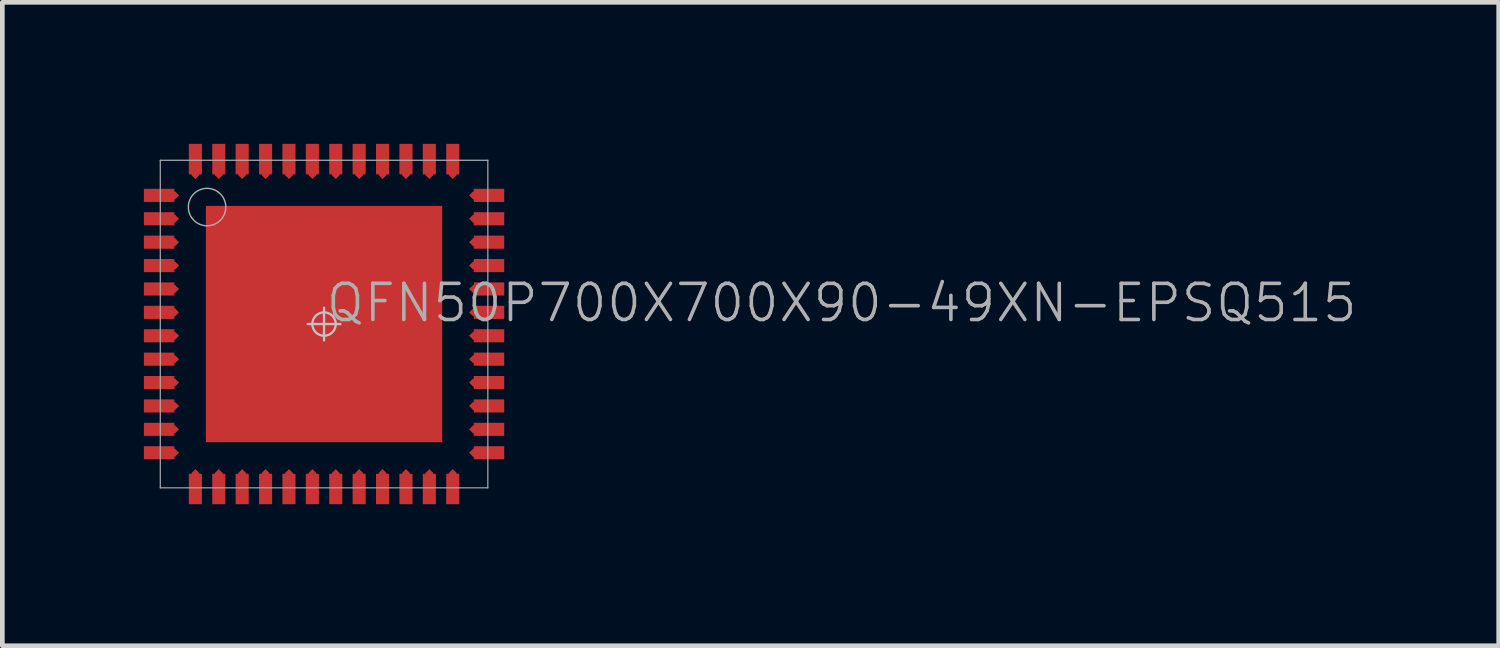
<source format=kicad_pcb>
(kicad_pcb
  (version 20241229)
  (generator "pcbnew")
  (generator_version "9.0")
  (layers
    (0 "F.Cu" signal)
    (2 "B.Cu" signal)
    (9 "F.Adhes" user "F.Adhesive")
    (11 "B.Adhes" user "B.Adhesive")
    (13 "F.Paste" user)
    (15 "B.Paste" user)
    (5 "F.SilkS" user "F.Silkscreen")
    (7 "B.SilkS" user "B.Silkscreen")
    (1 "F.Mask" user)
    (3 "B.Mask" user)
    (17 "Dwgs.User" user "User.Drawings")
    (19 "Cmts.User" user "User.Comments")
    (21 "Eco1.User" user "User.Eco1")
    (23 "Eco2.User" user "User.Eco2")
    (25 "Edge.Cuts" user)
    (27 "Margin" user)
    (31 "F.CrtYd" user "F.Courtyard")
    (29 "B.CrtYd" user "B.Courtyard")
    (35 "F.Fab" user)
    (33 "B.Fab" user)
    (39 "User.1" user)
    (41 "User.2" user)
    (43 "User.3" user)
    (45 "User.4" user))
  (footprint "QFN50P700X700X90-49XN-EPSQ515"
    (layer "F.Cu")
    (at 3.875 3.875)
    (property "Reference" "QFN50P700X700X90-49XN-EPSQ515" (at 0 0 0) (layer "F.Fab") (effects (font (size 0.772 0.772) (thickness 0.077)) (justify left bottom)))
    (attr through_hole)
    (fp_poly (pts (xy -2.525 -2.525) (xy 2.525 -2.525) (xy 2.525 2.525) (xy -2.525 2.525)) (stroke (width 0) (type solid)) (fill yes) (layer "F.Cu"))
    (fp_poly (pts (xy -3.825 -1.835) (xy -3.185 -1.835) (xy -3.1 -1.75) (xy -3.185 -1.665) (xy -3.825 -1.665)) (stroke (width 0) (type solid)) (fill yes) (layer "F.Cu"))
    (fp_poly (pts (xy -3.825 -1.335) (xy -3.185 -1.335) (xy -3.1 -1.25) (xy -3.185 -1.165) (xy -3.825 -1.165)) (stroke (width 0) (type solid)) (fill yes) (layer "F.Cu"))
    (fp_poly (pts (xy -3.825 -0.835) (xy -3.185 -0.835) (xy -3.1 -0.75) (xy -3.185 -0.665) (xy -3.825 -0.665)) (stroke (width 0) (type solid)) (fill yes) (layer "F.Cu"))
    (fp_poly (pts (xy -3.825 -0.335) (xy -3.185 -0.335) (xy -3.1 -0.25) (xy -3.185 -0.165) (xy -3.825 -0.165)) (stroke (width 0) (type solid)) (fill yes) (layer "F.Cu"))
    (fp_poly (pts (xy -3.825 0.165) (xy -3.185 0.165) (xy -3.1 0.25) (xy -3.185 0.335) (xy -3.825 0.335)) (stroke (width 0) (type solid)) (fill yes) (layer "F.Cu"))
    (fp_poly (pts (xy -3.825 0.665) (xy -3.185 0.665) (xy -3.1 0.75) (xy -3.185 0.835) (xy -3.825 0.835)) (stroke (width 0) (type solid)) (fill yes) (layer "F.Cu"))
    (fp_poly (pts (xy -3.825 1.165) (xy -3.185 1.165) (xy -3.1 1.25) (xy -3.185 1.335) (xy -3.825 1.335)) (stroke (width 0) (type solid)) (fill yes) (layer "F.Cu"))
    (fp_poly (pts (xy -3.825 1.665) (xy -3.185 1.665) (xy -3.1 1.75) (xy -3.185 1.835) (xy -3.825 1.835)) (stroke (width 0) (type solid)) (fill yes) (layer "F.Cu"))
    (fp_poly (pts (xy -3.825 2.165) (xy -3.185 2.165) (xy -3.1 2.25) (xy -3.185 2.335) (xy -3.825 2.335)) (stroke (width 0) (type solid)) (fill yes) (layer "F.Cu"))
    (fp_poly (pts (xy -3.825 2.665) (xy -3.185 2.665) (xy -3.1 2.75) (xy -3.185 2.835) (xy -3.825 2.835)) (stroke (width 0) (type solid)) (fill yes) (layer "F.Cu"))
    (fp_poly (pts (xy -2.835 3.825) (xy -2.835 3.185) (xy -2.75 3.1) (xy -2.665 3.185) (xy -2.665 3.825)) (stroke (width 0) (type solid)) (fill yes) (layer "F.Cu"))
    (fp_poly (pts (xy -2.665 -3.825) (xy -2.665 -3.185) (xy -2.75 -3.1) (xy -2.835 -3.185) (xy -2.835 -3.825)) (stroke (width 0) (type solid)) (fill yes) (layer "F.Cu"))
    (fp_poly (pts (xy -2.335 3.825) (xy -2.335 3.185) (xy -2.25 3.1) (xy -2.165 3.185) (xy -2.165 3.825)) (stroke (width 0) (type solid)) (fill yes) (layer "F.Cu"))
    (fp_poly (pts (xy -2.165 -3.825) (xy -2.165 -3.185) (xy -2.25 -3.1) (xy -2.335 -3.185) (xy -2.335 -3.825)) (stroke (width 0) (type solid)) (fill yes) (layer "F.Cu"))
    (fp_poly (pts (xy -1.835 3.825) (xy -1.835 3.185) (xy -1.75 3.1) (xy -1.665 3.185) (xy -1.665 3.825)) (stroke (width 0) (type solid)) (fill yes) (layer "F.Cu"))
    (fp_poly (pts (xy -1.665 -3.825) (xy -1.665 -3.185) (xy -1.75 -3.1) (xy -1.835 -3.185) (xy -1.835 -3.825)) (stroke (width 0) (type solid)) (fill yes) (layer "F.Cu"))
    (fp_poly (pts (xy -1.335 3.825) (xy -1.335 3.185) (xy -1.25 3.1) (xy -1.165 3.185) (xy -1.165 3.825)) (stroke (width 0) (type solid)) (fill yes) (layer "F.Cu"))
    (fp_poly (pts (xy -1.165 -3.825) (xy -1.165 -3.185) (xy -1.25 -3.1) (xy -1.335 -3.185) (xy -1.335 -3.825)) (stroke (width 0) (type solid)) (fill yes) (layer "F.Cu"))
    (fp_poly (pts (xy -0.835 3.825) (xy -0.835 3.185) (xy -0.75 3.1) (xy -0.665 3.185) (xy -0.665 3.825)) (stroke (width 0) (type solid)) (fill yes) (layer "F.Cu"))
    (fp_poly (pts (xy -0.665 -3.825) (xy -0.665 -3.185) (xy -0.75 -3.1) (xy -0.835 -3.185) (xy -0.835 -3.825)) (stroke (width 0) (type solid)) (fill yes) (layer "F.Cu"))
    (fp_poly (pts (xy -0.335 3.825) (xy -0.335 3.185) (xy -0.25 3.1) (xy -0.165 3.185) (xy -0.165 3.825)) (stroke (width 0) (type solid)) (fill yes) (layer "F.Cu"))
    (fp_poly (pts (xy -0.165 -3.825) (xy -0.165 -3.185) (xy -0.25 -3.1) (xy -0.335 -3.185) (xy -0.335 -3.825)) (stroke (width 0) (type solid)) (fill yes) (layer "F.Cu"))
    (fp_poly (pts (xy 0.165 3.825) (xy 0.165 3.185) (xy 0.25 3.1) (xy 0.335 3.185) (xy 0.335 3.825)) (stroke (width 0) (type solid)) (fill yes) (layer "F.Cu"))
    (fp_poly (pts (xy 0.335 -3.825) (xy 0.335 -3.185) (xy 0.25 -3.1) (xy 0.165 -3.185) (xy 0.165 -3.825)) (stroke (width 0) (type solid)) (fill yes) (layer "F.Cu"))
    (fp_poly (pts (xy 0.665 3.825) (xy 0.665 3.185) (xy 0.75 3.1) (xy 0.835 3.185) (xy 0.835 3.825)) (stroke (width 0) (type solid)) (fill yes) (layer "F.Cu"))
    (fp_poly (pts (xy 0.835 -3.825) (xy 0.835 -3.185) (xy 0.75 -3.1) (xy 0.665 -3.185) (xy 0.665 -3.825)) (stroke (width 0) (type solid)) (fill yes) (layer "F.Cu"))
    (fp_poly (pts (xy 1.165 3.825) (xy 1.165 3.185) (xy 1.25 3.1) (xy 1.335 3.185) (xy 1.335 3.825)) (stroke (width 0) (type solid)) (fill yes) (layer "F.Cu"))
    (fp_poly (pts (xy 1.335 -3.825) (xy 1.335 -3.185) (xy 1.25 -3.1) (xy 1.165 -3.185) (xy 1.165 -3.825)) (stroke (width 0) (type solid)) (fill yes) (layer "F.Cu"))
    (fp_poly (pts (xy 1.665 3.825) (xy 1.665 3.185) (xy 1.75 3.1) (xy 1.835 3.185) (xy 1.835 3.825)) (stroke (width 0) (type solid)) (fill yes) (layer "F.Cu"))
    (fp_poly (pts (xy 1.835 -3.825) (xy 1.835 -3.185) (xy 1.75 -3.1) (xy 1.665 -3.185) (xy 1.665 -3.825)) (stroke (width 0) (type solid)) (fill yes) (layer "F.Cu"))
    (fp_poly (pts (xy 2.165 3.825) (xy 2.165 3.185) (xy 2.25 3.1) (xy 2.335 3.185) (xy 2.335 3.825)) (stroke (width 0) (type solid)) (fill yes) (layer "F.Cu"))
    (fp_poly (pts (xy 2.335 -3.825) (xy 2.335 -3.185) (xy 2.25 -3.1) (xy 2.165 -3.185) (xy 2.165 -3.825)) (stroke (width 0) (type solid)) (fill yes) (layer "F.Cu"))
    (fp_poly (pts (xy 2.665 3.825) (xy 2.665 3.185) (xy 2.75 3.1) (xy 2.835 3.185) (xy 2.835 3.825)) (stroke (width 0) (type solid)) (fill yes) (layer "F.Cu"))
    (fp_poly (pts (xy 2.835 -3.825) (xy 2.835 -3.185) (xy 2.75 -3.1) (xy 2.665 -3.185) (xy 2.665 -3.825)) (stroke (width 0) (type solid)) (fill yes) (layer "F.Cu"))
    (fp_poly (pts (xy 3.825 -2.665) (xy 3.185 -2.665) (xy 3.1 -2.75) (xy 3.185 -2.835) (xy 3.825 -2.835)) (stroke (width 0) (type solid)) (fill yes) (layer "F.Cu"))
    (fp_poly (pts (xy 3.825 -2.165) (xy 3.185 -2.165) (xy 3.1 -2.25) (xy 3.185 -2.335) (xy 3.825 -2.335)) (stroke (width 0) (type solid)) (fill yes) (layer "F.Cu"))
    (fp_poly (pts (xy 3.825 -1.665) (xy 3.185 -1.665) (xy 3.1 -1.75) (xy 3.185 -1.835) (xy 3.825 -1.835)) (stroke (width 0) (type solid)) (fill yes) (layer "F.Cu"))
    (fp_poly (pts (xy 3.825 -1.165) (xy 3.185 -1.165) (xy 3.1 -1.25) (xy 3.185 -1.335) (xy 3.825 -1.335)) (stroke (width 0) (type solid)) (fill yes) (layer "F.Cu"))
    (fp_poly (pts (xy 3.825 -0.665) (xy 3.185 -0.665) (xy 3.1 -0.75) (xy 3.185 -0.835) (xy 3.825 -0.835)) (stroke (width 0) (type solid)) (fill yes) (layer "F.Cu"))
    (fp_poly (pts (xy 3.825 -0.165) (xy 3.185 -0.165) (xy 3.1 -0.25) (xy 3.185 -0.335) (xy 3.825 -0.335)) (stroke (width 0) (type solid)) (fill yes) (layer "F.Cu"))
    (fp_poly (pts (xy 3.825 0.335) (xy 3.185 0.335) (xy 3.1 0.25) (xy 3.185 0.165) (xy 3.825 0.165)) (stroke (width 0) (type solid)) (fill yes) (layer "F.Cu"))
    (fp_poly (pts (xy 3.825 0.835) (xy 3.185 0.835) (xy 3.1 0.75) (xy 3.185 0.665) (xy 3.825 0.665)) (stroke (width 0) (type solid)) (fill yes) (layer "F.Cu"))
    (fp_poly (pts (xy 3.825 1.335) (xy 3.185 1.335) (xy 3.1 1.25) (xy 3.185 1.165) (xy 3.825 1.165)) (stroke (width 0) (type solid)) (fill yes) (layer "F.Cu"))
    (fp_poly (pts (xy 3.825 1.835) (xy 3.185 1.835) (xy 3.1 1.75) (xy 3.185 1.665) (xy 3.825 1.665)) (stroke (width 0) (type solid)) (fill yes) (layer "F.Cu"))
    (fp_poly (pts (xy 3.825 2.335) (xy 3.185 2.335) (xy 3.1 2.25) (xy 3.185 2.165) (xy 3.825 2.165)) (stroke (width 0) (type solid)) (fill yes) (layer "F.Cu"))
    (fp_poly (pts (xy 3.825 2.835) (xy 3.185 2.835) (xy 3.1 2.75) (xy 3.185 2.665) (xy 3.825 2.665)) (stroke (width 0) (type solid)) (fill yes) (layer "F.Cu"))
    (fp_poly (pts (xy -3.825 -2.835) (xy -3.19 -2.835) (xy -3.185 -2.835) (xy -3.1 -2.75) (xy -3.185 -2.665) (xy -3.19 -2.665) (xy -3.825 -2.665)) (stroke (width 0) (type solid)) (fill yes) (layer "F.Cu"))
    (fp_poly (pts (xy -3.825 -2.335) (xy -3.19 -2.335) (xy -3.185 -2.335) (xy -3.1 -2.25) (xy -3.185 -2.165) (xy -3.19 -2.165) (xy -3.825 -2.165)) (stroke (width 0) (type solid)) (fill yes) (layer "F.Cu"))
    (fp_poly (pts (xy -2.595 -2.6) (xy 2.6 -2.6) (xy 2.6 2.6) (xy -2.6 2.6)) (stroke (width 0) (type solid)) (fill yes) (layer "F.Mask"))
    (fp_poly (pts (xy -3.875 -2.925) (xy -3.225 -2.925) (xy -3.05 -2.75) (xy -3.05 2.75) (xy -3.225 2.925) (xy -3.875 2.925)) (stroke (width 0) (type solid)) (fill yes) (layer "F.Mask"))
    (fp_poly (pts (xy -2.925 3.875) (xy -2.925 3.225) (xy -2.75 3.05) (xy 2.75 3.05) (xy 2.925 3.225) (xy 2.925 3.875)) (stroke (width 0) (type solid)) (fill yes) (layer "F.Mask"))
    (fp_poly (pts (xy 2.925 -3.875) (xy 2.925 -3.225) (xy 2.75 -3.05) (xy -2.75 -3.05) (xy -2.925 -3.225) (xy -2.925 -3.875)) (stroke (width 0) (type solid)) (fill yes) (layer "F.Mask"))
    (fp_poly (pts (xy 3.875 2.925) (xy 3.225 2.925) (xy 3.05 2.75) (xy 3.05 -2.75) (xy 3.225 -2.925) (xy 3.875 -2.925)) (stroke (width 0) (type solid)) (fill yes) (layer "F.Mask"))
    (fp_poly (pts (xy -2.365 -2.365) (xy -1.03 -2.365) (xy -1.03 -1.03) (xy -2.365 -1.03)) (stroke (width 0) (type solid)) (fill yes) (layer "F.Paste"))
    (fp_poly (pts (xy -2.365 -0.665) (xy -1.03 -0.665) (xy -1.03 0.67) (xy -2.365 0.67)) (stroke (width 0) (type solid)) (fill yes) (layer "F.Paste"))
    (fp_poly (pts (xy -2.365 1.035) (xy -1.03 1.035) (xy -1.03 2.37) (xy -2.365 2.37)) (stroke (width 0) (type solid)) (fill yes) (layer "F.Paste"))
    (fp_poly (pts (xy -0.665 -2.365) (xy 0.67 -2.365) (xy 0.67 -1.03) (xy -0.665 -1.03)) (stroke (width 0) (type solid)) (fill yes) (layer "F.Paste"))
    (fp_poly (pts (xy -0.665 -0.665) (xy 0.67 -0.665) (xy 0.67 0.67) (xy -0.665 0.67)) (stroke (width 0) (type solid)) (fill yes) (layer "F.Paste"))
    (fp_poly (pts (xy -0.665 1.035) (xy 0.67 1.035) (xy 0.67 2.37) (xy -0.665 2.37)) (stroke (width 0) (type solid)) (fill yes) (layer "F.Paste"))
    (fp_poly (pts (xy 1.035 -2.365) (xy 2.37 -2.365) (xy 2.37 -1.03) (xy 1.035 -1.03)) (stroke (width 0) (type solid)) (fill yes) (layer "F.Paste"))
    (fp_poly (pts (xy 1.035 -0.665) (xy 2.37 -0.665) (xy 2.37 0.67) (xy 1.035 0.67)) (stroke (width 0) (type solid)) (fill yes) (layer "F.Paste"))
    (fp_poly (pts (xy 1.035 1.035) (xy 2.37 1.035) (xy 2.37 2.37) (xy 1.035 2.37)) (stroke (width 0) (type solid)) (fill yes) (layer "F.Paste"))
    (fp_poly (pts (xy -3.825 -2.835) (xy -3.185 -2.835) (xy -3.1 -2.75) (xy -3.185 -2.665) (xy -3.825 -2.665)) (stroke (width 0) (type solid)) (fill yes) (layer "F.Paste"))
    (fp_poly (pts (xy -3.825 -2.335) (xy -3.185 -2.335) (xy -3.1 -2.25) (xy -3.185 -2.165) (xy -3.825 -2.165)) (stroke (width 0) (type solid)) (fill yes) (layer "F.Paste"))
    (fp_poly (pts (xy -3.825 -1.835) (xy -3.185 -1.835) (xy -3.1 -1.75) (xy -3.185 -1.665) (xy -3.825 -1.665)) (stroke (width 0) (type solid)) (fill yes) (layer "F.Paste"))
    (fp_poly (pts (xy -3.825 -1.335) (xy -3.185 -1.335) (xy -3.1 -1.25) (xy -3.185 -1.165) (xy -3.825 -1.165)) (stroke (width 0) (type solid)) (fill yes) (layer "F.Paste"))
    (fp_poly (pts (xy -3.825 -0.835) (xy -3.185 -0.835) (xy -3.1 -0.75) (xy -3.185 -0.665) (xy -3.825 -0.665)) (stroke (width 0) (type solid)) (fill yes) (layer "F.Paste"))
    (fp_poly (pts (xy -3.825 -0.335) (xy -3.185 -0.335) (xy -3.1 -0.25) (xy -3.185 -0.165) (xy -3.825 -0.165)) (stroke (width 0) (type solid)) (fill yes) (layer "F.Paste"))
    (fp_poly (pts (xy -3.825 0.165) (xy -3.185 0.165) (xy -3.1 0.25) (xy -3.185 0.335) (xy -3.825 0.335)) (stroke (width 0) (type solid)) (fill yes) (layer "F.Paste"))
    (fp_poly (pts (xy -3.825 0.665) (xy -3.185 0.665) (xy -3.1 0.75) (xy -3.185 0.835) (xy -3.825 0.835)) (stroke (width 0) (type solid)) (fill yes) (layer "F.Paste"))
    (fp_poly (pts (xy -3.825 1.165) (xy -3.185 1.165) (xy -3.1 1.25) (xy -3.185 1.335) (xy -3.825 1.335)) (stroke (width 0) (type solid)) (fill yes) (layer "F.Paste"))
    (fp_poly (pts (xy -3.825 1.665) (xy -3.185 1.665) (xy -3.1 1.75) (xy -3.185 1.835) (xy -3.825 1.835)) (stroke (width 0) (type solid)) (fill yes) (layer "F.Paste"))
    (fp_poly (pts (xy -3.825 2.165) (xy -3.185 2.165) (xy -3.1 2.25) (xy -3.185 2.335) (xy -3.825 2.335)) (stroke (width 0) (type solid)) (fill yes) (layer "F.Paste"))
    (fp_poly (pts (xy -3.825 2.665) (xy -3.185 2.665) (xy -3.1 2.75) (xy -3.185 2.835) (xy -3.825 2.835)) (stroke (width 0) (type solid)) (fill yes) (layer "F.Paste"))
    (fp_poly (pts (xy -2.835 3.825) (xy -2.835 3.185) (xy -2.75 3.1) (xy -2.665 3.185) (xy -2.665 3.825)) (stroke (width 0) (type solid)) (fill yes) (layer "F.Paste"))
    (fp_poly (pts (xy -2.665 -3.825) (xy -2.665 -3.185) (xy -2.75 -3.1) (xy -2.835 -3.185) (xy -2.835 -3.825)) (stroke (width 0) (type solid)) (fill yes) (layer "F.Paste"))
    (fp_poly (pts (xy -2.335 3.825) (xy -2.335 3.185) (xy -2.25 3.1) (xy -2.165 3.185) (xy -2.165 3.825)) (stroke (width 0) (type solid)) (fill yes) (layer "F.Paste"))
    (fp_poly (pts (xy -2.165 -3.825) (xy -2.165 -3.185) (xy -2.25 -3.1) (xy -2.335 -3.185) (xy -2.335 -3.825)) (stroke (width 0) (type solid)) (fill yes) (layer "F.Paste"))
    (fp_poly (pts (xy -1.835 3.825) (xy -1.835 3.185) (xy -1.75 3.1) (xy -1.665 3.185) (xy -1.665 3.825)) (stroke (width 0) (type solid)) (fill yes) (layer "F.Paste"))
    (fp_poly (pts (xy -1.665 -3.825) (xy -1.665 -3.185) (xy -1.75 -3.1) (xy -1.835 -3.185) (xy -1.835 -3.825)) (stroke (width 0) (type solid)) (fill yes) (layer "F.Paste"))
    (fp_poly (pts (xy -1.335 3.825) (xy -1.335 3.185) (xy -1.25 3.1) (xy -1.165 3.185) (xy -1.165 3.825)) (stroke (width 0) (type solid)) (fill yes) (layer "F.Paste"))
    (fp_poly (pts (xy -1.165 -3.825) (xy -1.165 -3.185) (xy -1.25 -3.1) (xy -1.335 -3.185) (xy -1.335 -3.825)) (stroke (width 0) (type solid)) (fill yes) (layer "F.Paste"))
    (fp_poly (pts (xy -0.835 3.825) (xy -0.835 3.185) (xy -0.75 3.1) (xy -0.665 3.185) (xy -0.665 3.825)) (stroke (width 0) (type solid)) (fill yes) (layer "F.Paste"))
    (fp_poly (pts (xy -0.665 -3.825) (xy -0.665 -3.185) (xy -0.75 -3.1) (xy -0.835 -3.185) (xy -0.835 -3.825)) (stroke (width 0) (type solid)) (fill yes) (layer "F.Paste"))
    (fp_poly (pts (xy -0.335 3.825) (xy -0.335 3.185) (xy -0.25 3.1) (xy -0.165 3.185) (xy -0.165 3.825)) (stroke (width 0) (type solid)) (fill yes) (layer "F.Paste"))
    (fp_poly (pts (xy -0.165 -3.825) (xy -0.165 -3.185) (xy -0.25 -3.1) (xy -0.335 -3.185) (xy -0.335 -3.825)) (stroke (width 0) (type solid)) (fill yes) (layer "F.Paste"))
    (fp_poly (pts (xy 0.165 3.825) (xy 0.165 3.185) (xy 0.25 3.1) (xy 0.335 3.185) (xy 0.335 3.825)) (stroke (width 0) (type solid)) (fill yes) (layer "F.Paste"))
    (fp_poly (pts (xy 0.335 -3.825) (xy 0.335 -3.185) (xy 0.25 -3.1) (xy 0.165 -3.185) (xy 0.165 -3.825)) (stroke (width 0) (type solid)) (fill yes) (layer "F.Paste"))
    (fp_poly (pts (xy 0.665 3.825) (xy 0.665 3.185) (xy 0.75 3.1) (xy 0.835 3.185) (xy 0.835 3.825)) (stroke (width 0) (type solid)) (fill yes) (layer "F.Paste"))
    (fp_poly (pts (xy 0.835 -3.825) (xy 0.835 -3.185) (xy 0.75 -3.1) (xy 0.665 -3.185) (xy 0.665 -3.825)) (stroke (width 0) (type solid)) (fill yes) (layer "F.Paste"))
    (fp_poly (pts (xy 1.165 3.825) (xy 1.165 3.185) (xy 1.25 3.1) (xy 1.335 3.185) (xy 1.335 3.825)) (stroke (width 0) (type solid)) (fill yes) (layer "F.Paste"))
    (fp_poly (pts (xy 1.335 -3.825) (xy 1.335 -3.185) (xy 1.25 -3.1) (xy 1.165 -3.185) (xy 1.165 -3.825)) (stroke (width 0) (type solid)) (fill yes) (layer "F.Paste"))
    (fp_poly (pts (xy 1.665 3.825) (xy 1.665 3.185) (xy 1.75 3.1) (xy 1.835 3.185) (xy 1.835 3.825)) (stroke (width 0) (type solid)) (fill yes) (layer "F.Paste"))
    (fp_poly (pts (xy 1.835 -3.825) (xy 1.835 -3.185) (xy 1.75 -3.1) (xy 1.665 -3.185) (xy 1.665 -3.825)) (stroke (width 0) (type solid)) (fill yes) (layer "F.Paste"))
    (fp_poly (pts (xy 2.165 3.825) (xy 2.165 3.185) (xy 2.25 3.1) (xy 2.335 3.185) (xy 2.335 3.825)) (stroke (width 0) (type solid)) (fill yes) (layer "F.Paste"))
    (fp_poly (pts (xy 2.335 -3.825) (xy 2.335 -3.185) (xy 2.25 -3.1) (xy 2.165 -3.185) (xy 2.165 -3.825)) (stroke (width 0) (type solid)) (fill yes) (layer "F.Paste"))
    (fp_poly (pts (xy 2.665 3.825) (xy 2.665 3.185) (xy 2.75 3.1) (xy 2.835 3.185) (xy 2.835 3.825)) (stroke (width 0) (type solid)) (fill yes) (layer "F.Paste"))
    (fp_poly (pts (xy 2.835 -3.825) (xy 2.835 -3.185) (xy 2.75 -3.1) (xy 2.665 -3.185) (xy 2.665 -3.825)) (stroke (width 0) (type solid)) (fill yes) (layer "F.Paste"))
    (fp_poly (pts (xy 3.825 -2.665) (xy 3.185 -2.665) (xy 3.1 -2.75) (xy 3.185 -2.835) (xy 3.825 -2.835)) (stroke (width 0) (type solid)) (fill yes) (layer "F.Paste"))
    (fp_poly (pts (xy 3.825 -2.165) (xy 3.185 -2.165) (xy 3.1 -2.25) (xy 3.185 -2.335) (xy 3.825 -2.335)) (stroke (width 0) (type solid)) (fill yes) (layer "F.Paste"))
    (fp_poly (pts (xy 3.825 -1.665) (xy 3.185 -1.665) (xy 3.1 -1.75) (xy 3.185 -1.835) (xy 3.825 -1.835)) (stroke (width 0) (type solid)) (fill yes) (layer "F.Paste"))
    (fp_poly (pts (xy 3.825 -1.165) (xy 3.185 -1.165) (xy 3.1 -1.25) (xy 3.185 -1.335) (xy 3.825 -1.335)) (stroke (width 0) (type solid)) (fill yes) (layer "F.Paste"))
    (fp_poly (pts (xy 3.825 -0.665) (xy 3.185 -0.665) (xy 3.1 -0.75) (xy 3.185 -0.835) (xy 3.825 -0.835)) (stroke (width 0) (type solid)) (fill yes) (layer "F.Paste"))
    (fp_poly (pts (xy 3.825 -0.165) (xy 3.185 -0.165) (xy 3.1 -0.25) (xy 3.185 -0.335) (xy 3.825 -0.335)) (stroke (width 0) (type solid)) (fill yes) (layer "F.Paste"))
    (fp_poly (pts (xy 3.825 0.335) (xy 3.185 0.335) (xy 3.1 0.25) (xy 3.185 0.165) (xy 3.825 0.165)) (stroke (width 0) (type solid)) (fill yes) (layer "F.Paste"))
    (fp_poly (pts (xy 3.825 0.835) (xy 3.185 0.835) (xy 3.1 0.75) (xy 3.185 0.665) (xy 3.825 0.665)) (stroke (width 0) (type solid)) (fill yes) (layer "F.Paste"))
    (fp_poly (pts (xy 3.825 1.335) (xy 3.185 1.335) (xy 3.1 1.25) (xy 3.185 1.165) (xy 3.825 1.165)) (stroke (width 0) (type solid)) (fill yes) (layer "F.Paste"))
    (fp_poly (pts (xy 3.825 1.835) (xy 3.185 1.835) (xy 3.1 1.75) (xy 3.185 1.665) (xy 3.825 1.665)) (stroke (width 0) (type solid)) (fill yes) (layer "F.Paste"))
    (fp_poly (pts (xy 3.825 2.335) (xy 3.185 2.335) (xy 3.1 2.25) (xy 3.185 2.165) (xy 3.825 2.165)) (stroke (width 0) (type solid)) (fill yes) (layer "F.Paste"))
    (fp_poly (pts (xy 3.825 2.835) (xy 3.185 2.835) (xy 3.1 2.75) (xy 3.185 2.665) (xy 3.825 2.665)) (stroke (width 0) (type solid)) (fill yes) (layer "F.Paste"))
    (fp_line (start -0.35 0) (end 0.35 0) (stroke (width 0.05) (type solid)) (layer "Dwgs.User"))
    (fp_line (start 0 0.35) (end 0 -0.35) (stroke (width 0.05) (type solid)) (layer "Dwgs.User"))
    (fp_circle (center 0 0) (end 0.25 0) (stroke (width 0.05) (type solid)) (fill no) (layer "Dwgs.User"))
    (fp_line (start -3.5 -3.5) (end -3.5 3.5) (stroke (width 0.025) (type solid)) (layer "F.Fab"))
    (fp_line (start -3.5 3.5) (end 3.5 3.5) (stroke (width 0.025) (type solid)) (layer "F.Fab"))
    (fp_line (start 3.5 -3.5) (end -3.5 -3.5) (stroke (width 0.025) (type solid)) (layer "F.Fab"))
    (fp_line (start 3.5 3.5) (end 3.5 -3.5) (stroke (width 0.025) (type solid)) (layer "F.Fab"))
    (fp_circle (center -2.5 -2.5) (end -2.1 -2.5) (stroke (width 0.03) (type solid)) (fill no) (layer "F.Fab"))
    (pad "1" smd rect (at -3.525 -2.75) (size 0.65 0.28) (layers "F.Cu" "F.Mask"))
    (pad "2" smd roundrect (at -3.525 -2.25) (size 0.65 0.28) (layers "F.Cu" "F.Mask") (roundrect_rratio 0.015))
    (pad "3" smd roundrect (at -3.525 -1.75) (size 0.65 0.28) (layers "F.Cu" "F.Mask") (roundrect_rratio 0.015))
    (pad "4" smd roundrect (at -3.525 -1.25) (size 0.65 0.28) (layers "F.Cu" "F.Mask") (roundrect_rratio 0.015))
    (pad "5" smd roundrect (at -3.525 -0.75) (size 0.65 0.28) (layers "F.Cu" "F.Mask") (roundrect_rratio 0.015))
    (pad "6" smd roundrect (at -3.525 -0.25) (size 0.65 0.28) (layers "F.Cu" "F.Mask") (roundrect_rratio 0.015))
    (pad "7" smd roundrect (at -3.525 0.25) (size 0.65 0.28) (layers "F.Cu" "F.Mask") (roundrect_rratio 0.015))
    (pad "8" smd roundrect (at -3.525 0.75) (size 0.65 0.28) (layers "F.Cu" "F.Mask") (roundrect_rratio 0.015))
    (pad "9" smd roundrect (at -3.525 1.25) (size 0.65 0.28) (layers "F.Cu" "F.Mask") (roundrect_rratio 0.015))
    (pad "10" smd roundrect (at -3.525 1.75) (size 0.65 0.28) (layers "F.Cu" "F.Mask") (roundrect_rratio 0.015))
    (pad "11" smd roundrect (at -3.525 2.25) (size 0.65 0.28) (layers "F.Cu" "F.Mask") (roundrect_rratio 0.015))
    (pad "12" smd roundrect (at -3.525 2.75) (size 0.65 0.28) (layers "F.Cu" "F.Mask") (roundrect_rratio 0.015))
    (pad "13" smd roundrect (at -2.75 3.525) (size 0.28 0.65) (layers "F.Cu" "F.Mask") (roundrect_rratio 0.015))
    (pad "14" smd roundrect (at -2.25 3.525) (size 0.28 0.65) (layers "F.Cu" "F.Mask") (roundrect_rratio 0.015))
    (pad "15" smd roundrect (at -1.75 3.525) (size 0.28 0.65) (layers "F.Cu" "F.Mask") (roundrect_rratio 0.015))
    (pad "16" smd roundrect (at -1.25 3.525) (size 0.28 0.65) (layers "F.Cu" "F.Mask") (roundrect_rratio 0.015))
    (pad "17" smd roundrect (at -0.75 3.525) (size 0.28 0.65) (layers "F.Cu" "F.Mask") (roundrect_rratio 0.015))
    (pad "18" smd roundrect (at -0.25 3.525) (size 0.28 0.65) (layers "F.Cu" "F.Mask") (roundrect_rratio 0.015))
    (pad "19" smd roundrect (at 0.25 3.525) (size 0.28 0.65) (layers "F.Cu" "F.Mask") (roundrect_rratio 0.015))
    (pad "20" smd roundrect (at 0.75 3.525) (size 0.28 0.65) (layers "F.Cu" "F.Mask") (roundrect_rratio 0.015))
    (pad "21" smd roundrect (at 1.25 3.525) (size 0.28 0.65) (layers "F.Cu" "F.Mask") (roundrect_rratio 0.015))
    (pad "22" smd roundrect (at 1.75 3.525) (size 0.28 0.65) (layers "F.Cu" "F.Mask") (roundrect_rratio 0.015))
    (pad "23" smd roundrect (at 2.25 3.525) (size 0.28 0.65) (layers "F.Cu" "F.Mask") (roundrect_rratio 0.015))
    (pad "24" smd roundrect (at 2.75 3.525) (size 0.28 0.65) (layers "F.Cu" "F.Mask") (roundrect_rratio 0.015))
    (pad "25" smd roundrect (at 3.525 2.75) (size 0.65 0.28) (layers "F.Cu" "F.Mask") (roundrect_rratio 0.015))
    (pad "26" smd roundrect (at 3.525 2.25) (size 0.65 0.28) (layers "F.Cu" "F.Mask") (roundrect_rratio 0.015))
    (pad "27" smd roundrect (at 3.525 1.75) (size 0.65 0.28) (layers "F.Cu" "F.Mask") (roundrect_rratio 0.015))
    (pad "28" smd roundrect (at 3.525 1.25) (size 0.65 0.28) (layers "F.Cu" "F.Mask") (roundrect_rratio 0.015))
    (pad "29" smd roundrect (at 3.525 0.75) (size 0.65 0.28) (layers "F.Cu" "F.Mask") (roundrect_rratio 0.015))
    (pad "30" smd roundrect (at 3.525 0.25) (size 0.65 0.28) (layers "F.Cu" "F.Mask") (roundrect_rratio 0.015))
    (pad "31" smd roundrect (at 3.525 -0.25) (size 0.65 0.28) (layers "F.Cu" "F.Mask") (roundrect_rratio 0.015))
    (pad "32" smd roundrect (at 3.525 -0.75) (size 0.65 0.28) (layers "F.Cu" "F.Mask") (roundrect_rratio 0.015))
    (pad "33" smd roundrect (at 3.525 -1.25) (size 0.65 0.28) (layers "F.Cu" "F.Mask") (roundrect_rratio 0.015))
    (pad "34" smd roundrect (at 3.525 -1.75) (size 0.65 0.28) (layers "F.Cu" "F.Mask") (roundrect_rratio 0.015))
    (pad "35" smd roundrect (at 3.525 -2.25) (size 0.65 0.28) (layers "F.Cu" "F.Mask") (roundrect_rratio 0.015))
    (pad "36" smd roundrect (at 3.525 -2.75) (size 0.65 0.28) (layers "F.Cu" "F.Mask") (roundrect_rratio 0.015))
    (pad "37" smd roundrect (at 2.75 -3.525) (size 0.28 0.65) (layers "F.Cu" "F.Mask") (roundrect_rratio 0.015))
    (pad "38" smd roundrect (at 2.25 -3.525) (size 0.28 0.65) (layers "F.Cu" "F.Mask") (roundrect_rratio 0.015))
    (pad "39" smd roundrect (at 1.75 -3.525) (size 0.28 0.65) (layers "F.Cu" "F.Mask") (roundrect_rratio 0.015))
    (pad "40" smd roundrect (at 1.25 -3.525) (size 0.28 0.65) (layers "F.Cu" "F.Mask") (roundrect_rratio 0.015))
    (pad "41" smd roundrect (at 0.75 -3.525) (size 0.28 0.65) (layers "F.Cu" "F.Mask") (roundrect_rratio 0.015))
    (pad "42" smd roundrect (at 0.25 -3.525) (size 0.28 0.65) (layers "F.Cu" "F.Mask") (roundrect_rratio 0.015))
    (pad "43" smd roundrect (at -0.25 -3.525) (size 0.28 0.65) (layers "F.Cu" "F.Mask") (roundrect_rratio 0.015))
    (pad "44" smd roundrect (at -0.75 -3.525) (size 0.28 0.65) (layers "F.Cu" "F.Mask") (roundrect_rratio 0.015))
    (pad "45" smd roundrect (at -1.25 -3.525) (size 0.28 0.65) (layers "F.Cu" "F.Mask") (roundrect_rratio 0.015))
    (pad "46" smd roundrect (at -1.75 -3.525) (size 0.28 0.65) (layers "F.Cu" "F.Mask") (roundrect_rratio 0.015))
    (pad "47" smd roundrect (at -2.25 -3.525) (size 0.28 0.65) (layers "F.Cu" "F.Mask") (roundrect_rratio 0.015))
    (pad "48" smd roundrect (at -2.75 -3.525) (size 0.28 0.65) (layers "F.Cu" "F.Mask") (roundrect_rratio 0.015))
    (pad "49" smd roundrect (at 0 0) (size 5 5) (layers "F.Cu" "F.Mask") (roundrect_rratio 0.015)))
  (gr_rect
    (start -3 -3)
    (end 28.977 10.75)
    (stroke (width 0.1) (type default))
    (fill no)
    (layer "Edge.Cuts")))
</source>
